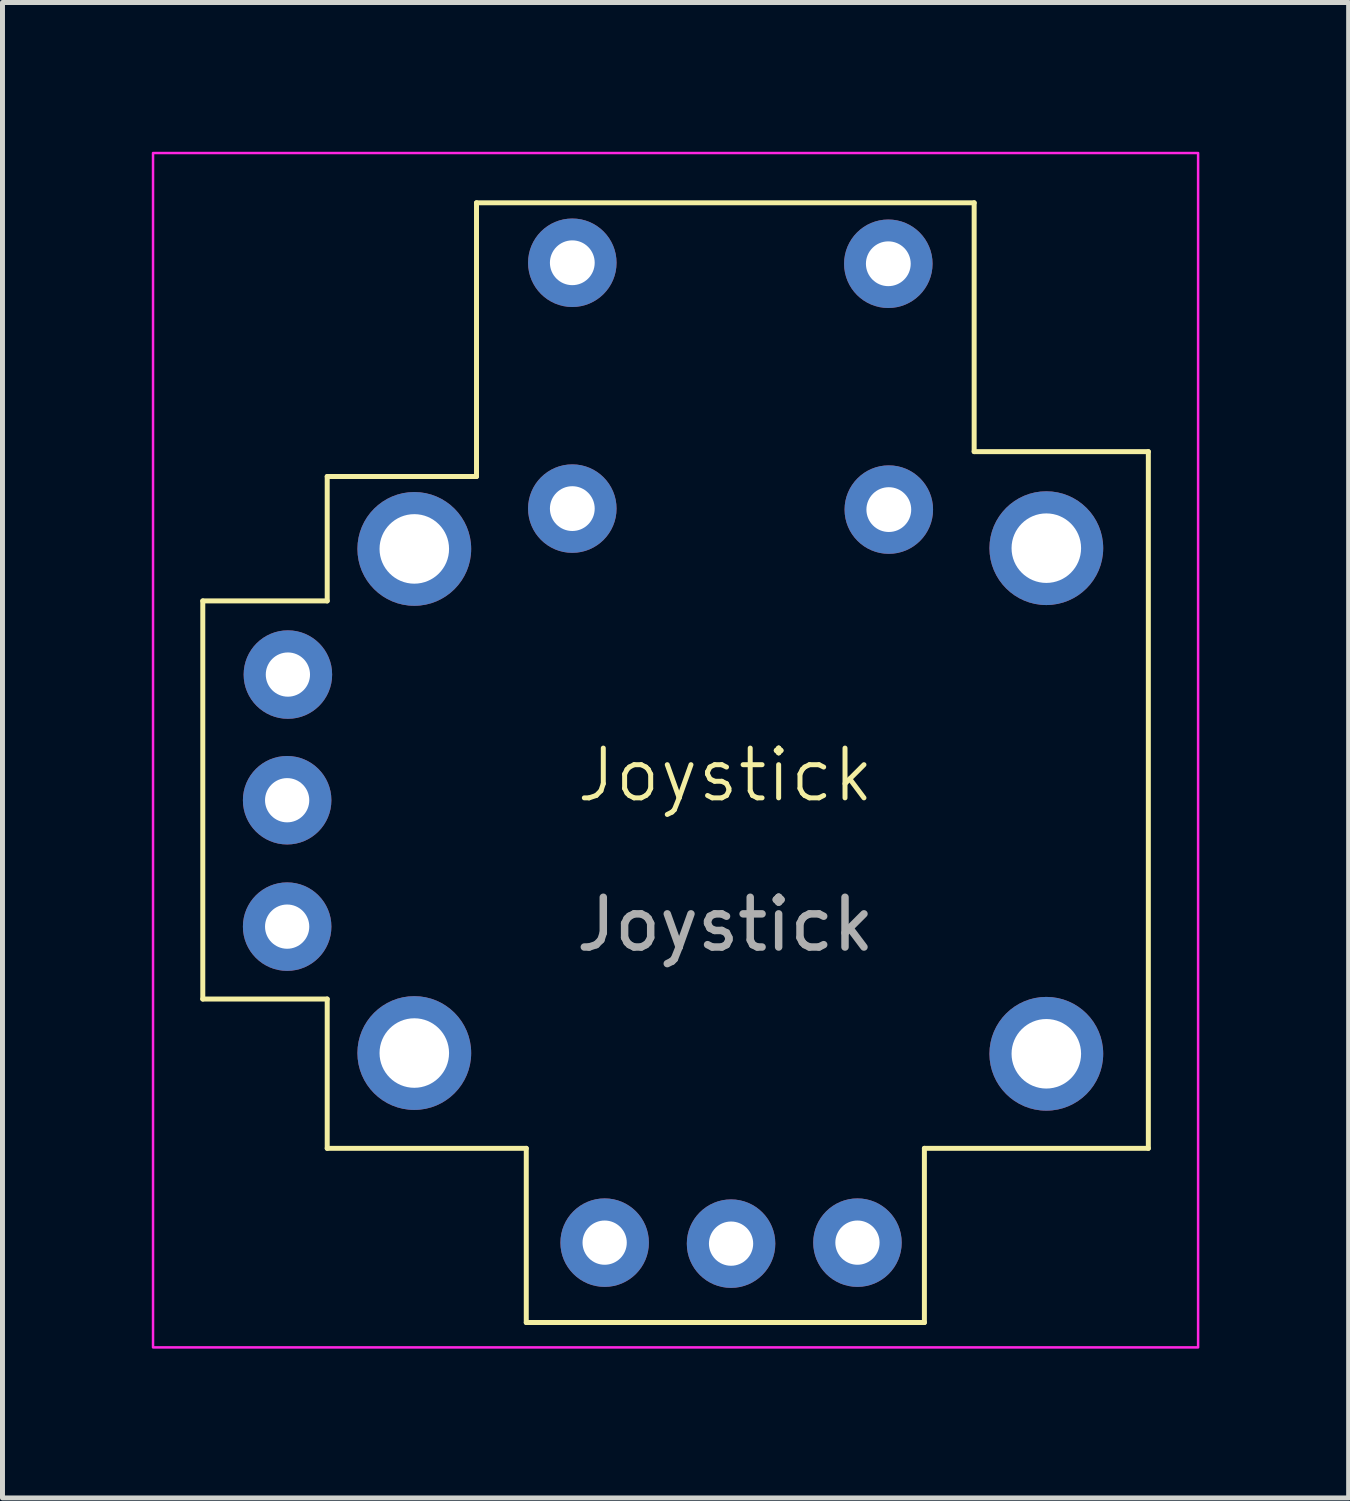
<source format=kicad_pcb>
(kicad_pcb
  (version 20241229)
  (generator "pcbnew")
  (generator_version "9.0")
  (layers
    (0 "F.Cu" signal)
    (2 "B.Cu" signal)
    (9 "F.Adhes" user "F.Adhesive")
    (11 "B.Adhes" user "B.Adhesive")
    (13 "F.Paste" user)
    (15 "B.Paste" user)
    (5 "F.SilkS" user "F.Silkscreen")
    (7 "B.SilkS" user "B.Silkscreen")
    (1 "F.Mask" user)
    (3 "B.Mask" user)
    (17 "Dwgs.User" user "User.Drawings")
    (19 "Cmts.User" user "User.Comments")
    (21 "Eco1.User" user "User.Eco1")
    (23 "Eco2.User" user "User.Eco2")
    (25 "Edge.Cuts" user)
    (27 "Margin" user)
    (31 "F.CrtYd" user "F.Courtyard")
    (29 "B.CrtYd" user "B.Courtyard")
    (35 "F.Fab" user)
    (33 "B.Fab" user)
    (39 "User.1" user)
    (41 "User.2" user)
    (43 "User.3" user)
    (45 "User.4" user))
  (footprint "Joystick"
    (layer "F.Cu")
    (at 11.525 13.025)
    (property "Reference" "Joystick" (at 0 -0.5 0) (unlocked yes) (layer "F.SilkS") (effects (font (size 1 1) (thickness 0.1))))
    (attr through_hole)
    (fp_line (start -10.5 -4) (end -10.5 4) (stroke (width 0.1) (type solid)) (layer "F.SilkS"))
    (fp_line (start -10.5 4) (end -8 4) (stroke (width 0.1) (type solid)) (layer "F.SilkS"))
    (fp_line (start -8 -6.5) (end -8 -4) (stroke (width 0.1) (type solid)) (layer "F.SilkS"))
    (fp_line (start -8 -4) (end -10.5 -4) (stroke (width 0.1) (type solid)) (layer "F.SilkS"))
    (fp_line (start -8 4) (end -8 7) (stroke (width 0.1) (type solid)) (layer "F.SilkS"))
    (fp_line (start -8 7) (end -4 7) (stroke (width 0.1) (type solid)) (layer "F.SilkS"))
    (fp_line (start -5 -12) (end -5 -6.5) (stroke (width 0.1) (type solid)) (layer "F.SilkS"))
    (fp_line (start -5 -12) (end 5 -12) (stroke (width 0.1) (type solid)) (layer "F.SilkS"))
    (fp_line (start -5 -6.5) (end -8 -6.5) (stroke (width 0.1) (type solid)) (layer "F.SilkS"))
    (fp_line (start -4 7) (end -4 10.5) (stroke (width 0.1) (type solid)) (layer "F.SilkS"))
    (fp_line (start -4 10.5) (end 4 10.5) (stroke (width 0.1) (type solid)) (layer "F.SilkS"))
    (fp_line (start 4 7) (end 8.5 7) (stroke (width 0.1) (type solid)) (layer "F.SilkS"))
    (fp_line (start 4 10.5) (end 4 7) (stroke (width 0.1) (type solid)) (layer "F.SilkS"))
    (fp_line (start 5 -7) (end 5 -12) (stroke (width 0.1) (type solid)) (layer "F.SilkS"))
    (fp_line (start 8.5 -7) (end 5 -7) (stroke (width 0.1) (type solid)) (layer "F.SilkS"))
    (fp_line (start 8.5 7) (end 8.5 -7) (stroke (width 0.1) (type solid)) (layer "F.SilkS"))
    (fp_rect (start -11.5 -13) (end 9.5 11) (stroke (width 0.05) (type solid)) (fill no) (layer "F.CrtYd"))
    (fp_text user "${REFERENCE}" (at 0 2.5 0) (unlocked yes) (layer "F.Fab") (effects (font (size 1 1) (thickness 0.15))))
    (pad "B1A" thru_hole circle (at -3.075 -10.795) (size 1.778 1.778) (drill 0.9) (layers "*.Cu" "*.Mask"))
    (pad "B1B" thru_hole circle (at 3.275 -10.775) (size 1.778 1.778) (drill 0.9) (layers "*.Cu" "*.Mask"))
    (pad "B2A" thru_hole circle (at -3.075 -5.855) (size 1.778 1.778) (drill 0.9) (layers "*.Cu" "*.Mask"))
    (pad "B2B" thru_hole circle (at 3.285 -5.835) (size 1.778 1.778) (drill 0.9) (layers "*.Cu" "*.Mask"))
    (pad "H1" thru_hole circle (at -2.425 8.895) (size 1.778 1.778) (drill 0.889) (layers "*.Cu" "*.Mask"))
    (pad "H2" thru_hole circle (at 0.115 8.915) (size 1.778 1.778) (drill 0.889) (layers "*.Cu" "*.Mask"))
    (pad "H3" thru_hole circle (at 2.655 8.895) (size 1.778 1.778) (drill 0.889) (layers "*.Cu" "*.Mask"))
    (pad "S1" thru_hole circle (at -6.25 -5.045) (size 2.286 2.286) (drill 1.397) (layers "*.Cu" "*.Mask"))
    (pad "S2" thru_hole circle (at -6.25 5.085) (size 2.286 2.286) (drill 1.397) (layers "*.Cu" "*.Mask"))
    (pad "S3" thru_hole circle (at 6.45 5.1) (size 2.286 2.286) (drill 1.397) (layers "*.Cu" "*.Mask"))
    (pad "S4" thru_hole circle (at 6.45 -5.06) (size 2.286 2.286) (drill 1.397) (layers "*.Cu" "*.Mask"))
    (pad "V1" thru_hole circle (at -8.79 -2.52) (size 1.778 1.778) (drill 0.889) (layers "*.Cu" "*.Mask"))
    (pad "V2" thru_hole circle (at -8.805 0.005) (size 1.778 1.778) (drill 0.889) (layers "*.Cu" "*.Mask"))
    (pad "V3" thru_hole circle (at -8.805 2.545) (size 1.778 1.778) (drill 0.889) (layers "*.Cu" "*.Mask")))
  (gr_rect
    (start -3 -3)
    (end 24.05 27.05)
    (stroke (width 0.1) (type default))
    (fill no)
    (layer "Edge.Cuts")))
</source>
